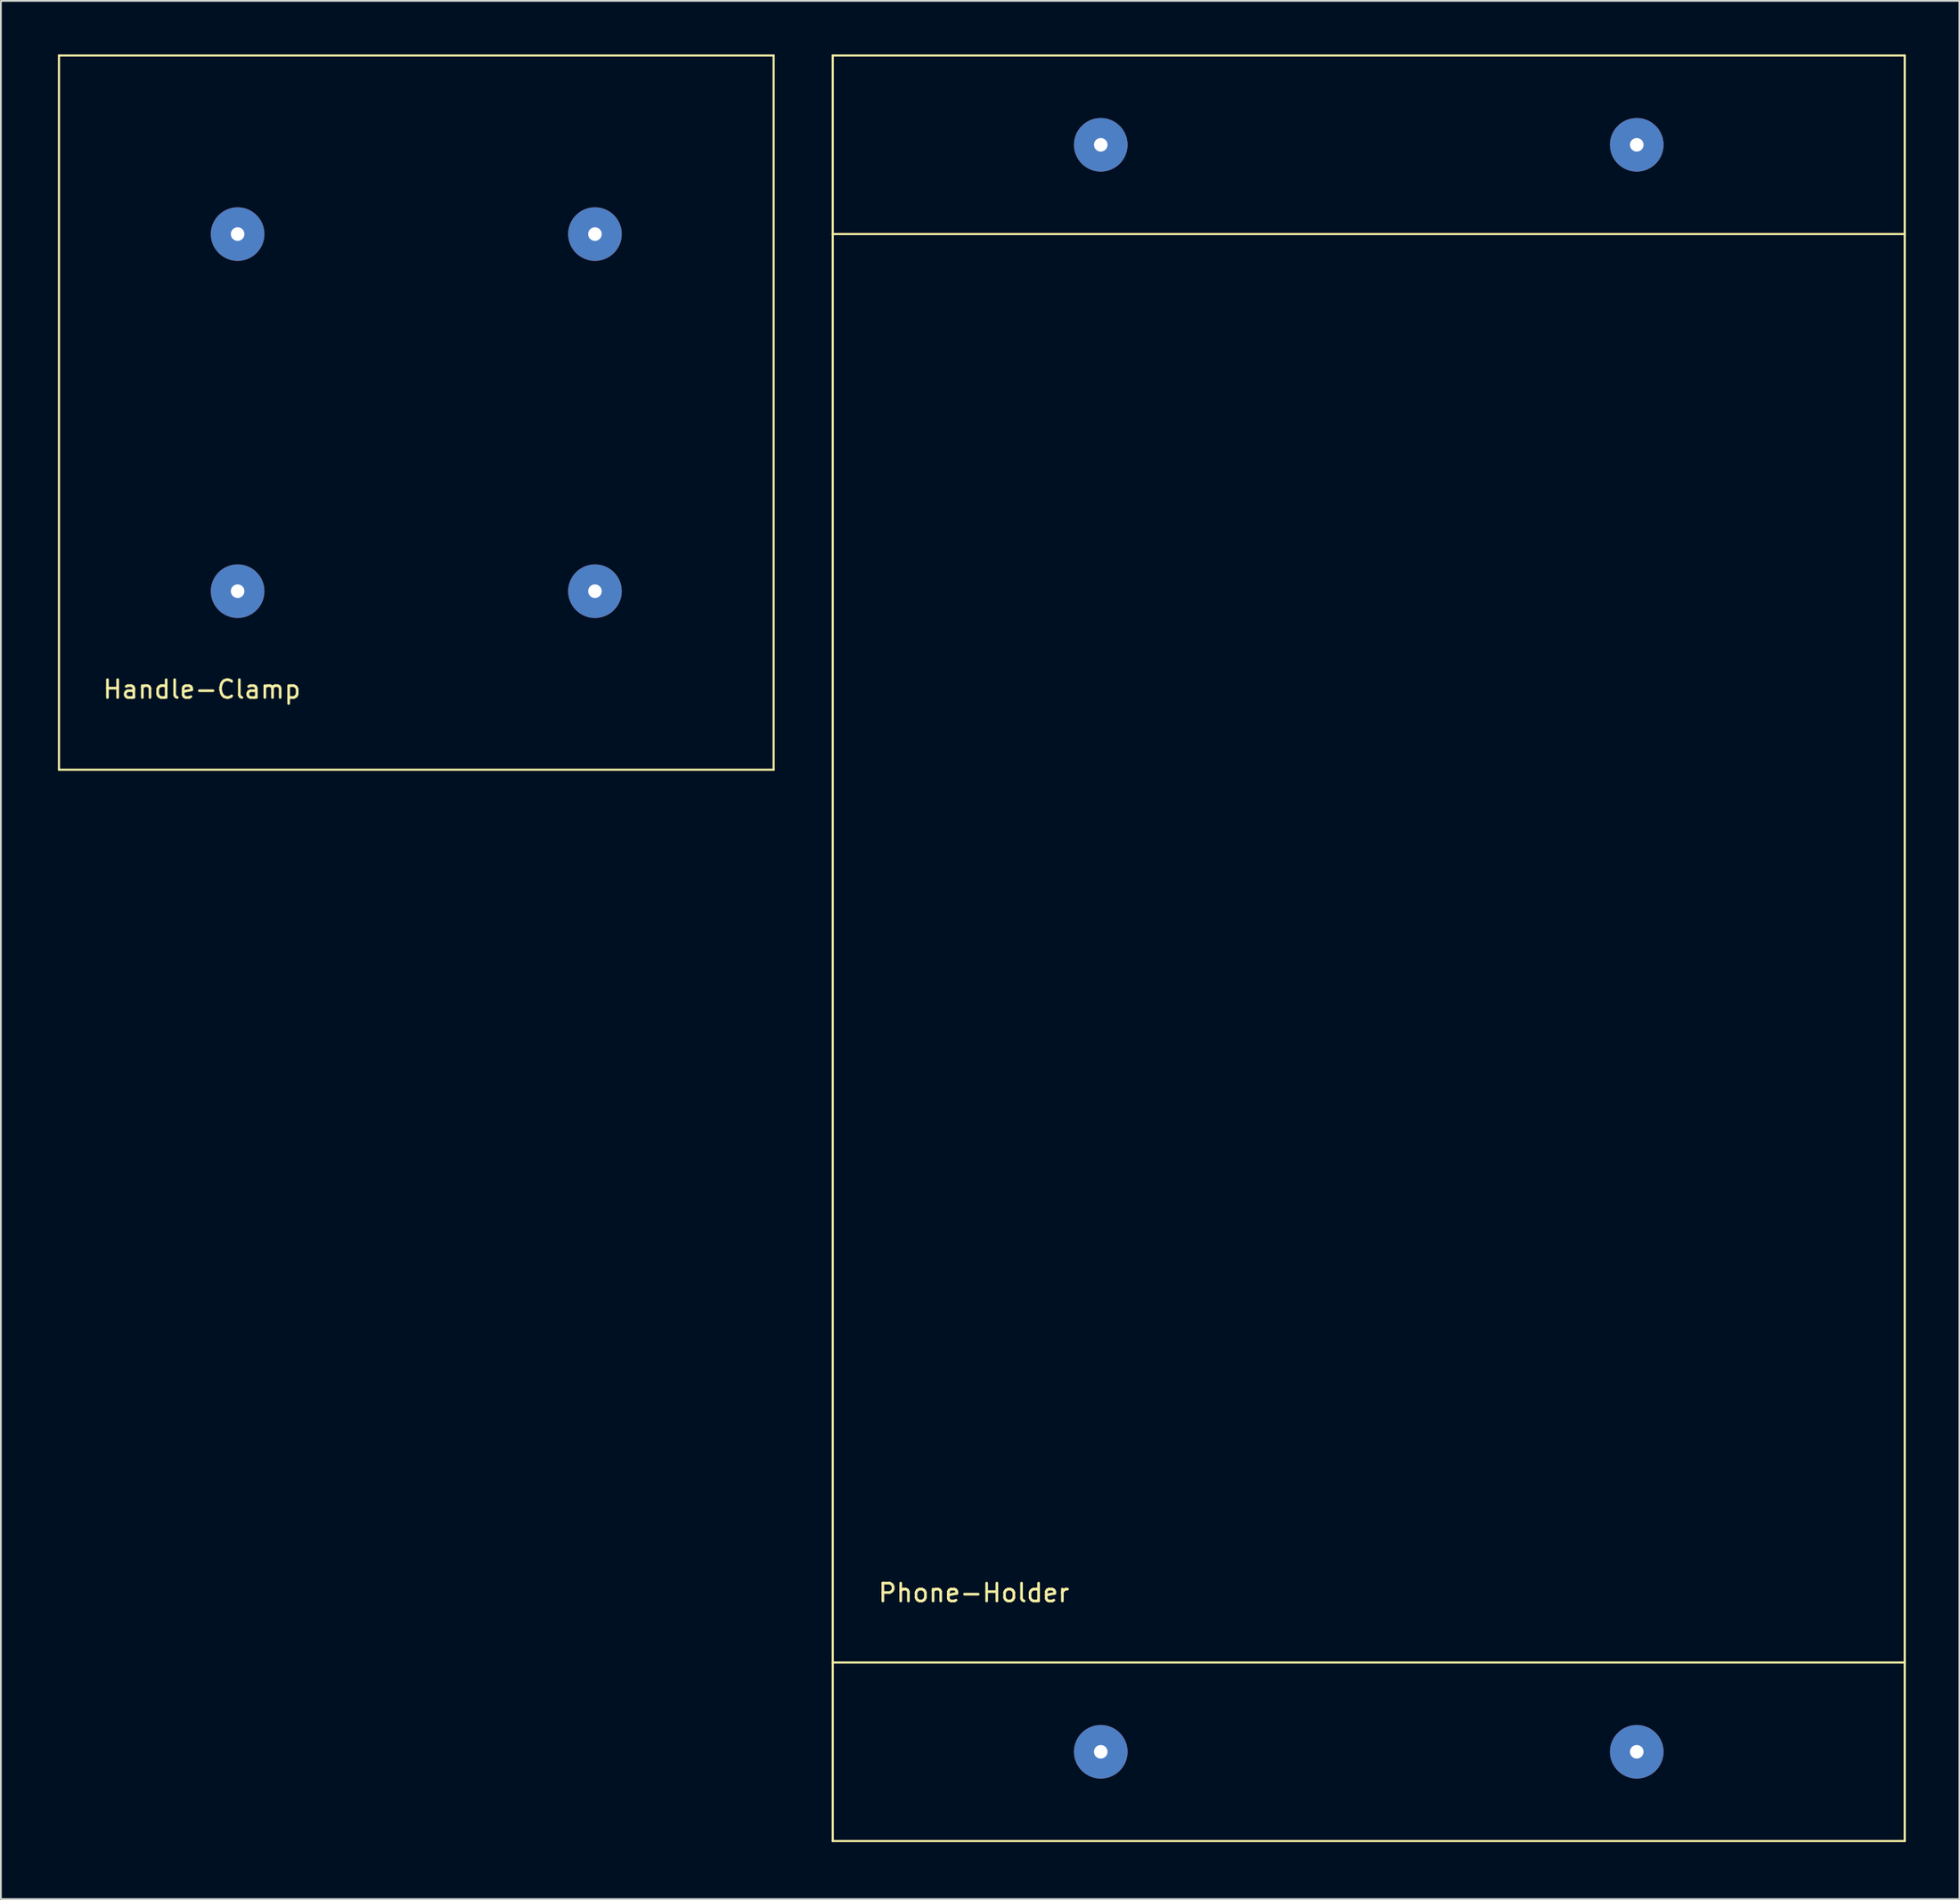
<source format=kicad_pcb>
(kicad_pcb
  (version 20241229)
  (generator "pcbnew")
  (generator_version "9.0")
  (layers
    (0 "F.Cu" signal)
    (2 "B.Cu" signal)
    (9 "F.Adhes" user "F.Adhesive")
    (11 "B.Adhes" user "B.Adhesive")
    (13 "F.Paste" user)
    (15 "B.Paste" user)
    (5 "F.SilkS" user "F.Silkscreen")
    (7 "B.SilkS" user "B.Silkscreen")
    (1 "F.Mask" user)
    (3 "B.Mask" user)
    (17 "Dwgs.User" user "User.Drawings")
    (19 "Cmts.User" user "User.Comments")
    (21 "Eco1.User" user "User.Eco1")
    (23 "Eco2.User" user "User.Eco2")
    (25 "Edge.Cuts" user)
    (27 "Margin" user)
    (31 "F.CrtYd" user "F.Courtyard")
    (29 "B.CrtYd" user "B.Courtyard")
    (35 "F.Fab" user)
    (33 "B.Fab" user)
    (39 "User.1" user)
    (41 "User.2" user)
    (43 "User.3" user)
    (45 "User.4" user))
  (footprint "Handle-Clamp"
    (layer "F.Cu")
    (at 0.25 40.06)
    (property "Reference" "Handle-Clamp" (at 8 -4.5 0) (layer "F.SilkS") (effects (font (size 1 1) (thickness 0.15))))
    (attr through_hole)
    (fp_line (start 0 -40) (end 0 0) (stroke (width 0.12) (type solid)) (layer "F.SilkS"))
    (fp_line (start 0 0) (end 40 0) (stroke (width 0.12) (type solid)) (layer "F.SilkS"))
    (fp_line (start 40 -40) (end 0 -40) (stroke (width 0.12) (type solid)) (layer "F.SilkS"))
    (fp_line (start 40 0) (end 40 -40) (stroke (width 0.12) (type solid)) (layer "F.SilkS"))
    (pad "1" thru_hole circle (at 10 -10) (size 3 3) (drill 0.762) (layers "*.Cu" "*.Mask"))
    (pad "2" thru_hole circle (at 30 -10) (size 3 3) (drill 0.762) (layers "*.Cu" "*.Mask"))
    (pad "3" thru_hole circle (at 30 -30) (size 3 3) (drill 0.762) (layers "*.Cu" "*.Mask"))
    (pad "4" thru_hole circle (at 10 -30) (size 3 3) (drill 0.762) (layers "*.Cu" "*.Mask")))
  (footprint "Phone-Holder"
    (layer "F.Cu")
    (at 43.56 100.06)
    (property "Reference" "Phone-Holder" (at 7.9 -13.9 0) (layer "F.SilkS") (effects (font (size 1 1) (thickness 0.15))))
    (attr through_hole)
    (fp_line (start 0 -100) (end 0 0) (stroke (width 0.12) (type solid)) (layer "F.SilkS"))
    (fp_line (start 0 -90) (end 60 -90) (stroke (width 0.12) (type solid)) (layer "F.SilkS"))
    (fp_line (start 0 -10) (end 60 -10) (stroke (width 0.12) (type solid)) (layer "F.SilkS"))
    (fp_line (start 0 0) (end 60 0) (stroke (width 0.12) (type solid)) (layer "F.SilkS"))
    (fp_line (start 60 -100) (end 0 -100) (stroke (width 0.12) (type solid)) (layer "F.SilkS"))
    (fp_line (start 60 0) (end 60 -100) (stroke (width 0.12) (type solid)) (layer "F.SilkS"))
    (pad "1" thru_hole circle (at 15 -5) (size 3 3) (drill 0.762) (layers "*.Cu" "*.Mask"))
    (pad "2" thru_hole circle (at 45 -5) (size 3 3) (drill 0.762) (layers "*.Cu" "*.Mask"))
    (pad "3" thru_hole circle (at 45 -95) (size 3 3) (drill 0.762) (layers "*.Cu" "*.Mask"))
    (pad "4" thru_hole circle (at 15 -95) (size 3 3) (drill 0.762) (layers "*.Cu" "*.Mask")))
  (gr_rect
    (start -3 -3)
    (end 106.62 103.31)
    (stroke (width 0.1) (type default))
    (fill no)
    (layer "Edge.Cuts")))
</source>
